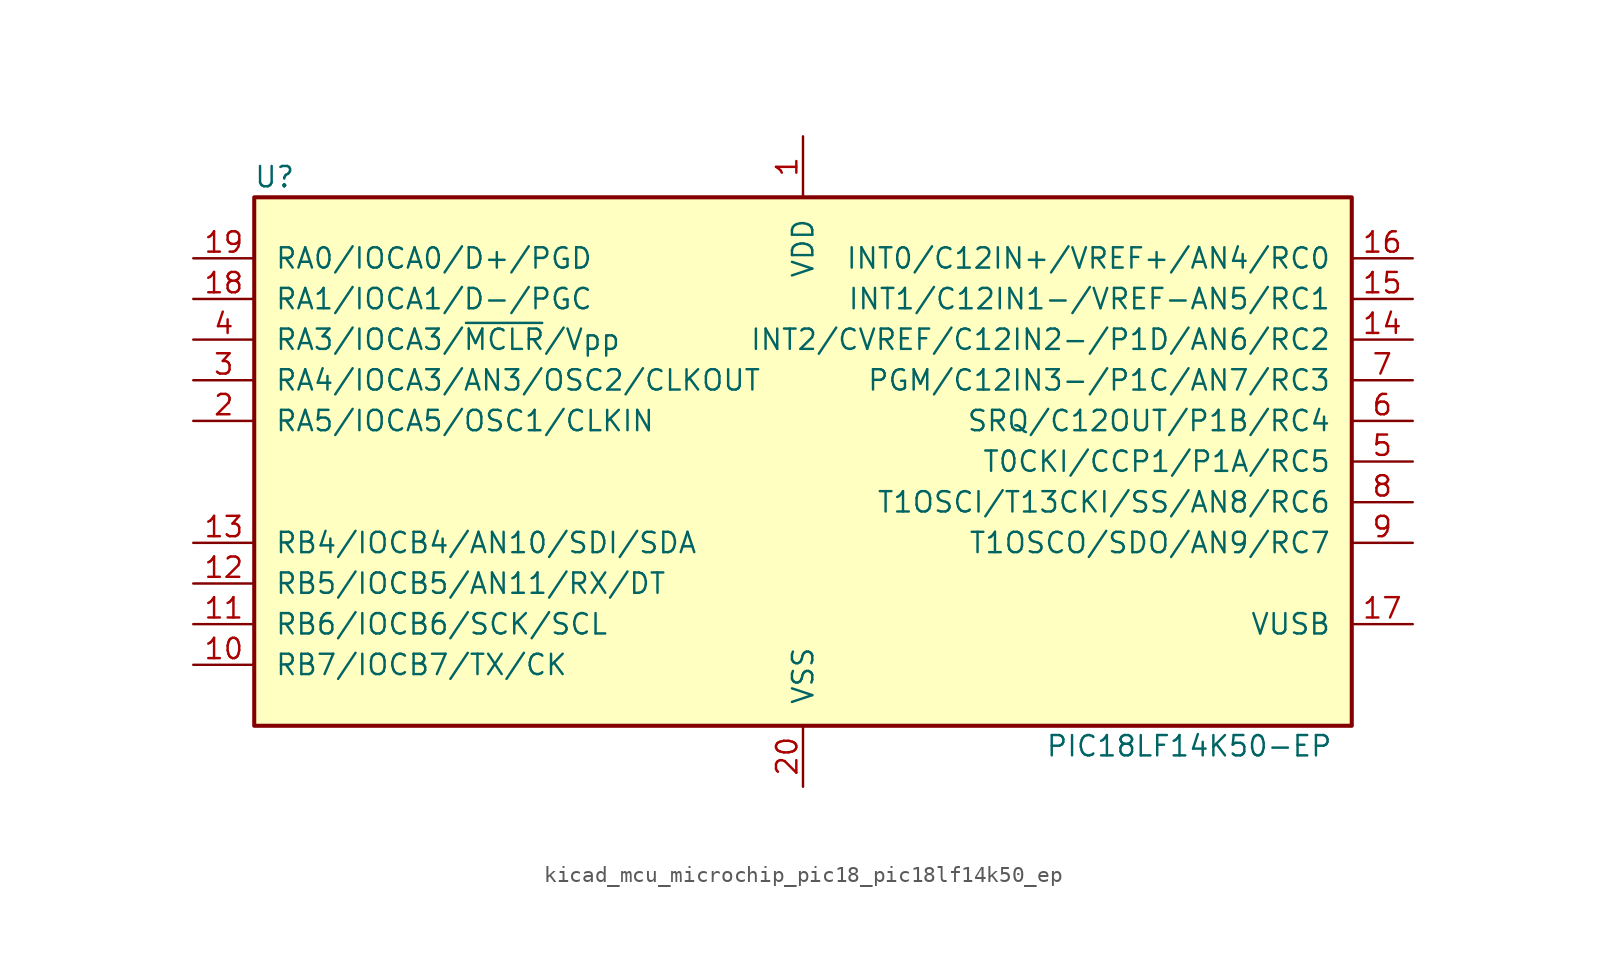
<source format=kicad_sym>
(kicad_symbol_lib
  (version 20220914)
  (generator kicad_symbol_editor)
  (symbol "kicad_mcu_microchip_pic18_pic18lf14k50_ep"
    (pin_names
      (offset 1.27))
    (property "Reference" "U"
      (at -33.02 17.78 0)
      (effects (font (size 1.27 1.27))))
    (property "Value" "PIC18LF14K50-EP"
      (at 24.13 -17.78 0)
      (effects (font (size 1.27 1.27))))
    (symbol "kicad_mcu_microchip_pic18_pic18lf14k50_ep_0_1"
      (rectangle (start -34.29 16.51) (end 34.29 -16.51) (stroke (width 0.254) (type default)) (fill (type background))))
    (symbol "kicad_mcu_microchip_pic18_pic18lf14k50_ep_1_1"
      (pin power_in line (at 0 20.32 270) (length 3.81) (name "VDD" (effects (font (size 1.27 1.27)))) (number "1" (effects (font (size 1.27 1.27)))))
      (pin bidirectional line (at -38.1 -12.7 0) (length 3.81) (name "RB7/IOCB7/TX/CK" (effects (font (size 1.27 1.27)))) (number "10" (effects (font (size 1.27 1.27)))))
      (pin bidirectional line (at -38.1 -10.16 0) (length 3.81) (name "RB6/IOCB6/SCK/SCL" (effects (font (size 1.27 1.27)))) (number "11" (effects (font (size 1.27 1.27)))))
      (pin bidirectional line (at -38.1 -7.62 0) (length 3.81) (name "RB5/IOCB5/AN11/RX/DT" (effects (font (size 1.27 1.27)))) (number "12" (effects (font (size 1.27 1.27)))))
      (pin bidirectional line (at -38.1 -5.08 0) (length 3.81) (name "RB4/IOCB4/AN10/SDI/SDA" (effects (font (size 1.27 1.27)))) (number "13" (effects (font (size 1.27 1.27)))))
      (pin bidirectional line (at 38.1 7.62 180) (length 3.81) (name "INT2/CVREF/C12IN2-/P1D/AN6/RC2" (effects (font (size 1.27 1.27)))) (number "14" (effects (font (size 1.27 1.27)))))
      (pin bidirectional line (at 38.1 10.16 180) (length 3.81) (name "INT1/C12IN1-/VREF-AN5/RC1" (effects (font (size 1.27 1.27)))) (number "15" (effects (font (size 1.27 1.27)))))
      (pin bidirectional line (at 38.1 12.7 180) (length 3.81) (name "INT0/C12IN+/VREF+/AN4/RC0" (effects (font (size 1.27 1.27)))) (number "16" (effects (font (size 1.27 1.27)))))
      (pin passive line (at 38.1 -10.16 180) (length 3.81) (name "VUSB" (effects (font (size 1.27 1.27)))) (number "17" (effects (font (size 1.27 1.27)))))
      (pin bidirectional line (at -38.1 10.16 0) (length 3.81) (name "RA1/IOCA1/D-/PGC" (effects (font (size 1.27 1.27)))) (number "18" (effects (font (size 1.27 1.27)))))
      (pin bidirectional line (at -38.1 12.7 0) (length 3.81) (name "RA0/IOCA0/D+/PGD" (effects (font (size 1.27 1.27)))) (number "19" (effects (font (size 1.27 1.27)))))
      (pin bidirectional line (at -38.1 2.54 0) (length 3.81) (name "RA5/IOCA5/OSC1/CLKIN" (effects (font (size 1.27 1.27)))) (number "2" (effects (font (size 1.27 1.27)))))
      (pin power_in line (at 0 -20.32 90) (length 3.81) (name "VSS" (effects (font (size 1.27 1.27)))) (number "20" (effects (font (size 1.27 1.27)))))
      (pin bidirectional line (at -38.1 5.08 0) (length 3.81) (name "RA4/IOCA3/AN3/OSC2/CLKOUT" (effects (font (size 1.27 1.27)))) (number "3" (effects (font (size 1.27 1.27)))))
      (pin input line (at -38.1 7.62 0) (length 3.81) (name "RA3/IOCA3/~{MCLR}/Vpp" (effects (font (size 1.27 1.27)))) (number "4" (effects (font (size 1.27 1.27)))))
      (pin bidirectional line (at 38.1 0 180) (length 3.81) (name "T0CKI/CCP1/P1A/RC5" (effects (font (size 1.27 1.27)))) (number "5" (effects (font (size 1.27 1.27)))))
      (pin bidirectional line (at 38.1 2.54 180) (length 3.81) (name "SRQ/C12OUT/P1B/RC4" (effects (font (size 1.27 1.27)))) (number "6" (effects (font (size 1.27 1.27)))))
      (pin bidirectional line (at 38.1 5.08 180) (length 3.81) (name "PGM/C12IN3-/P1C/AN7/RC3" (effects (font (size 1.27 1.27)))) (number "7" (effects (font (size 1.27 1.27)))))
      (pin bidirectional line (at 38.1 -2.54 180) (length 3.81) (name "T1OSCI/T13CKI/SS/AN8/RC6" (effects (font (size 1.27 1.27)))) (number "8" (effects (font (size 1.27 1.27)))))
      (pin bidirectional line (at 38.1 -5.08 180) (length 3.81) (name "T1OSCO/SDO/AN9/RC7" (effects (font (size 1.27 1.27)))) (number "9" (effects (font (size 1.27 1.27))))))))
</source>
